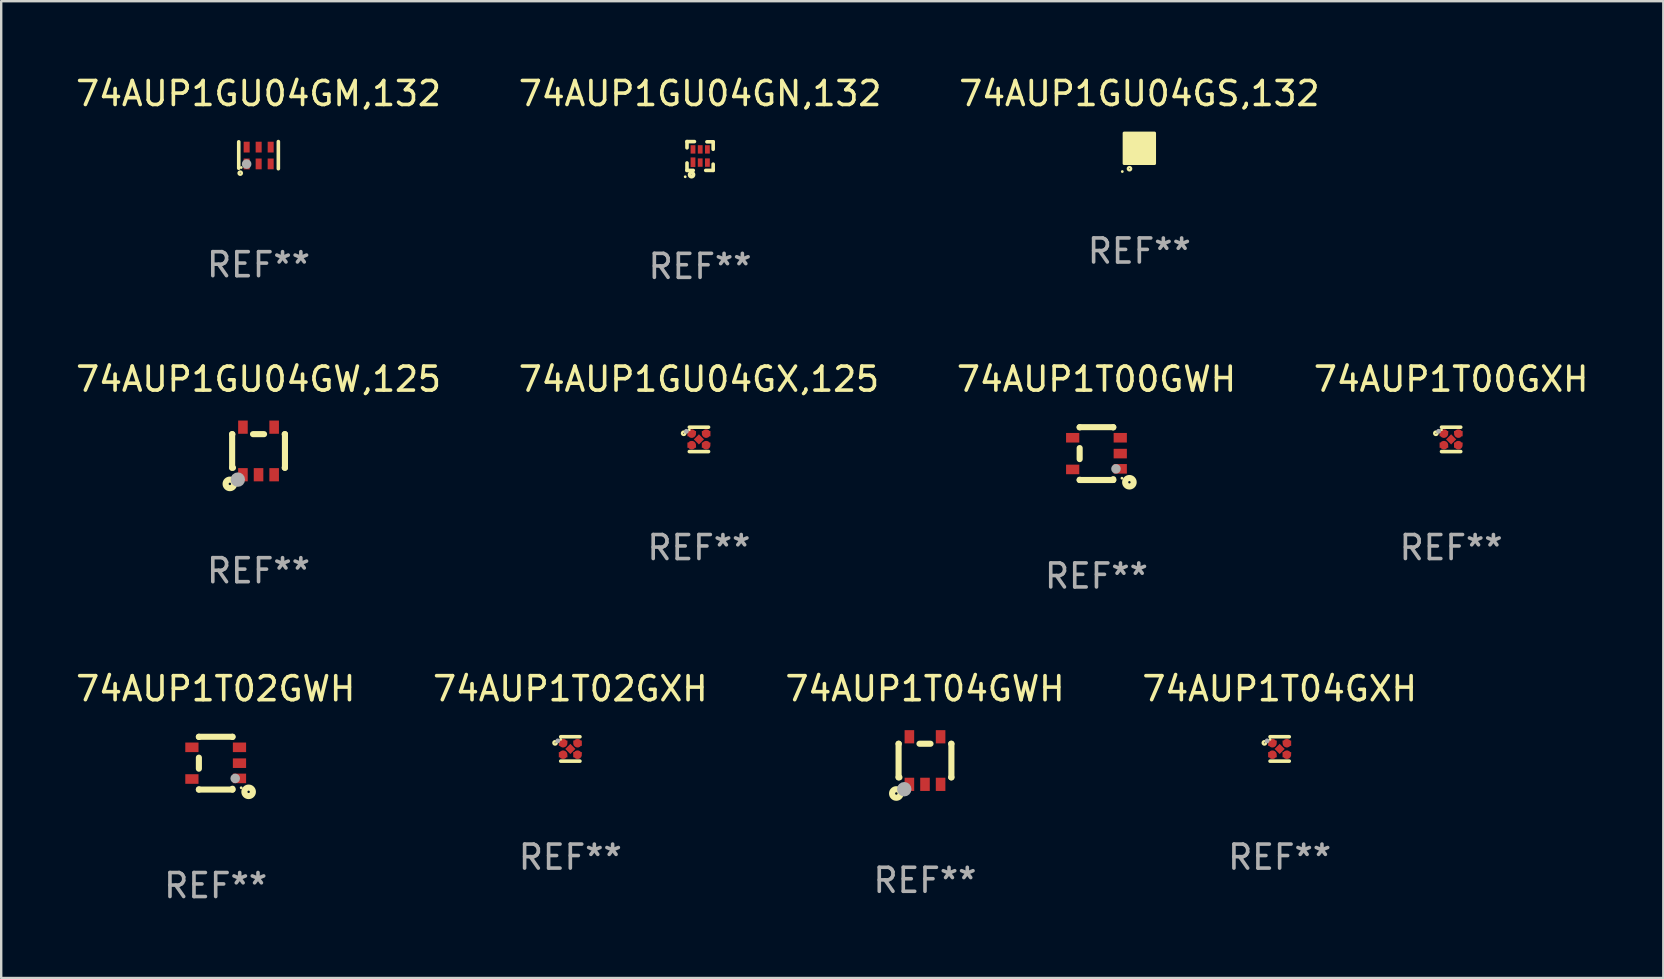
<source format=kicad_pcb>
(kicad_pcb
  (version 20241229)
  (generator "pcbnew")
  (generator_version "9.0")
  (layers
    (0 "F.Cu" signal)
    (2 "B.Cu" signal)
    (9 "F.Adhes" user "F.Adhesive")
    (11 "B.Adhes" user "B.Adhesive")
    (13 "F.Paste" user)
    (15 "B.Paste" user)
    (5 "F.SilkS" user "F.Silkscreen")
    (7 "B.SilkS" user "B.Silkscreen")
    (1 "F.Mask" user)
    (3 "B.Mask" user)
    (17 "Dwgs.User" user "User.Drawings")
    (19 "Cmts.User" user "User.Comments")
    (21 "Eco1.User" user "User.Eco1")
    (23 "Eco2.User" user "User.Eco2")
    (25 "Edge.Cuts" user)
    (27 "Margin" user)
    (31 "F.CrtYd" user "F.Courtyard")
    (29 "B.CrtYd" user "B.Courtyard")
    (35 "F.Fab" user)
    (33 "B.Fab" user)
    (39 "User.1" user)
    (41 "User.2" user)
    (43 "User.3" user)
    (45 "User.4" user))
  (footprint "74AUP1T04GXH"
    (layer "F.Cu")
    (at 50.256 28.149)
    (property "Reference" "74AUP1T04GXH" (at 0 -2.508 0) (layer "F.SilkS") (effects (font (size 1 1) (thickness 0.15))))
    (attr through_hole)
    (fp_line (start 0.4 -0.508) (end -0.4 -0.508) (stroke (width 0.15) (type solid)) (layer "F.SilkS"))
    (fp_line (start 0.4 0.508) (end -0.4 0.508) (stroke (width 0.15) (type solid)) (layer "F.SilkS"))
    (fp_circle (center -0.635 -0.254) (end -0.615 -0.254) (stroke (width 0.1) (type solid)) (fill no) (layer "F.SilkS"))
    (fp_circle (center -0.401 -0.4) (end -0.371 -0.4) (stroke (width 0.06) (type solid)) (fill no) (layer "F.SilkS"))
    (fp_circle (center -0.523 -0.337) (end -0.473 -0.337) (stroke (width 0.1) (type solid)) (fill no) (layer "F.Fab"))
    (fp_text user "REF**" (at 0 4.508 0) (layer "F.Fab") (effects (font (size 1 1) (thickness 0.15))))
    (pad "1" smd custom (at -0.3 -0.24) (size 0.36 0.22) (layers "F.Cu" "F.Mask" "F.Paste") (options (anchor circle)) (primitives (gr_poly (pts (xy -0.18 -0.11) (xy -0.18 0.11) (xy 0.000127 0.11) (xy 0.18 -0.03) (xy 0.18 -0.11) (xy -0.18 -0.11)) (width 0) (fill yes))))
    (pad "2" smd custom (at -0.3 0.24) (size 0.36 0.22) (layers "F.Cu" "F.Mask" "F.Paste") (options (anchor circle)) (primitives (gr_poly (pts (xy -0.18 0.11) (xy -0.18 -0.11) (xy 0.000127 -0.11) (xy 0.18 0.03) (xy 0.18 0.11) (xy -0.18 0.11)) (width 0) (fill yes))))
    (pad "3" smd rect (at 0.000102 -0.000127 45) (size 0.3 0.3) (layers "F.Cu" "F.Mask" "F.Paste"))
    (pad "4" smd custom (at 0.3 0.24 180) (size 0.36 0.22) (layers "F.Cu" "F.Mask" "F.Paste") (options (anchor circle)) (primitives (gr_poly (pts (xy 0.18 0.11) (xy 0.18 -0.11) (xy -0.000178 -0.11) (xy -0.18 0.03) (xy -0.18 0.11) (xy 0.18 0.11)) (width 0) (fill yes))))
    (pad "5" smd custom (at 0.3 -0.24) (size 0.36 0.22) (layers "F.Cu" "F.Mask" "F.Paste") (options (anchor circle)) (primitives (gr_poly (pts (xy 0.18 -0.11) (xy 0.18 0.11) (xy -0.000152 0.11) (xy -0.18 -0.03) (xy -0.18 -0.11) (xy 0.18 -0.11)) (width 0) (fill yes)))))
  (footprint "74AUP1GU04GX,125"
    (layer "F.Cu")
    (at 26.065 15.253)
    (property "Reference" "74AUP1GU04GX,125" (at 0 -2.508 0) (layer "F.SilkS") (effects (font (size 1 1) (thickness 0.15))))
    (attr through_hole)
    (fp_line (start 0.4 -0.508) (end -0.4 -0.508) (stroke (width 0.15) (type solid)) (layer "F.SilkS"))
    (fp_line (start 0.4 0.508) (end -0.4 0.508) (stroke (width 0.15) (type solid)) (layer "F.SilkS"))
    (fp_circle (center -0.635 -0.254) (end -0.615 -0.254) (stroke (width 0.1) (type solid)) (fill no) (layer "F.SilkS"))
    (fp_circle (center -0.401 -0.4) (end -0.371 -0.4) (stroke (width 0.06) (type solid)) (fill no) (layer "F.SilkS"))
    (fp_circle (center -0.523 -0.337) (end -0.473 -0.337) (stroke (width 0.1) (type solid)) (fill no) (layer "F.Fab"))
    (fp_text user "REF**" (at 0 4.508 0) (layer "F.Fab") (effects (font (size 1 1) (thickness 0.15))))
    (pad "1" smd custom (at -0.3 -0.24) (size 0.36 0.22) (layers "F.Cu" "F.Mask" "F.Paste") (options (anchor circle)) (primitives (gr_poly (pts (xy -0.18 -0.11) (xy -0.18 0.11) (xy 0.000127 0.11) (xy 0.18 -0.03) (xy 0.18 -0.11) (xy -0.18 -0.11)) (width 0) (fill yes))))
    (pad "2" smd custom (at -0.3 0.24) (size 0.36 0.22) (layers "F.Cu" "F.Mask" "F.Paste") (options (anchor circle)) (primitives (gr_poly (pts (xy -0.18 0.11) (xy -0.18 -0.11) (xy 0.000127 -0.11) (xy 0.18 0.03) (xy 0.18 0.11) (xy -0.18 0.11)) (width 0) (fill yes))))
    (pad "3" smd rect (at 0.000102 -0.000127 45) (size 0.3 0.3) (layers "F.Cu" "F.Mask" "F.Paste"))
    (pad "4" smd custom (at 0.3 0.24 180) (size 0.36 0.22) (layers "F.Cu" "F.Mask" "F.Paste") (options (anchor circle)) (primitives (gr_poly (pts (xy 0.18 0.11) (xy 0.18 -0.11) (xy -0.000178 -0.11) (xy -0.18 0.03) (xy -0.18 0.11) (xy 0.18 0.11)) (width 0) (fill yes))))
    (pad "5" smd custom (at 0.3 -0.24) (size 0.36 0.22) (layers "F.Cu" "F.Mask" "F.Paste") (options (anchor circle)) (primitives (gr_poly (pts (xy 0.18 -0.11) (xy 0.18 0.11) (xy -0.000152 0.11) (xy -0.18 -0.03) (xy -0.18 -0.11) (xy 0.18 -0.11)) (width 0) (fill yes)))))
  (footprint "74AUP1GU04GM,132"
    (layer "F.Cu")
    (at 7.72 3.413)
    (property "Reference" "74AUP1GU04GM,132" (at 0 -2.565 0) (layer "F.SilkS") (effects (font (size 1 1) (thickness 0.15))))
    (attr through_hole)
    (fp_line (start -0.825 -0.555) (end -0.825 0.545) (stroke (width 0.15) (type solid)) (layer "F.SilkS"))
    (fp_line (start 0.825 -0.565) (end 0.825 0.565) (stroke (width 0.15) (type solid)) (layer "F.SilkS"))
    (fp_circle (center -0.763 0.749) (end -0.695 0.749) (stroke (width 0.1) (type solid)) (fill no) (layer "F.SilkS"))
    (fp_circle (center -0.72 0.515) (end -0.69 0.515) (stroke (width 0.06) (type solid)) (fill no) (layer "F.SilkS"))
    (fp_circle (center -0.496 0.371) (end -0.396 0.371) (stroke (width 0.2) (type solid)) (fill no) (layer "F.Fab"))
    (fp_text user "REF**" (at 0 4.565 0) (layer "F.Fab") (effects (font (size 1 1) (thickness 0.15))))
    (pad "1" smd rect (at -0.495 0.365) (size 0.25 0.45) (layers "F.Cu" "F.Mask" "F.Paste"))
    (pad "2" smd rect (at 0.005 0.365) (size 0.25 0.45) (layers "F.Cu" "F.Mask" "F.Paste"))
    (pad "3" smd rect (at 0.505 0.365) (size 0.25 0.45) (layers "F.Cu" "F.Mask" "F.Paste"))
    (pad "4" smd rect (at 0.505 -0.335) (size 0.25 0.45) (layers "F.Cu" "F.Mask" "F.Paste"))
    (pad "5" smd rect (at 0.005 -0.335) (size 0.25 0.45) (layers "F.Cu" "F.Mask" "F.Paste"))
    (pad "6" smd rect (at -0.495 -0.335) (size 0.25 0.45) (layers "F.Cu" "F.Mask" "F.Paste")))
  (footprint "74AUP1T00GWH"
    (layer "F.Cu")
    (at 42.625 15.845)
    (property "Reference" "74AUP1T00GWH" (at 0 -3.1 0) (layer "F.SilkS") (effects (font (size 1 1) (thickness 0.15))))
    (attr through_hole)
    (fp_line (start -0.7 -1.1) (end 0.7 -1.1) (stroke (width 0.254) (type solid)) (layer "F.SilkS"))
    (fp_line (start -0.7 -1.09) (end -0.7 -1.1) (stroke (width 0.254) (type solid)) (layer "F.SilkS"))
    (fp_line (start -0.7 0.23) (end -0.7 -0.23) (stroke (width 0.254) (type solid)) (layer "F.SilkS"))
    (fp_line (start -0.7 1.1) (end -0.7 1.09) (stroke (width 0.254) (type solid)) (layer "F.SilkS"))
    (fp_line (start -0.7 1.1) (end 0.7 1.1) (stroke (width 0.254) (type solid)) (layer "F.SilkS"))
    (fp_line (start 0.7 -1.09) (end 0.7 -1.1) (stroke (width 0.254) (type solid)) (layer "F.SilkS"))
    (fp_line (start 0.7 1.1) (end 0.7 1.065) (stroke (width 0.254) (type solid)) (layer "F.SilkS"))
    (fp_circle (center 1.062 1.025) (end 1.092 1.025) (stroke (width 0.06) (type solid)) (fill no) (layer "F.SilkS"))
    (fp_circle (center 1.372 1.194) (end 1.422 1.194) (stroke (width 0.254) (type solid)) (fill no) (layer "F.SilkS"))
    (fp_circle (center 0.813 0.635) (end 0.913 0.635) (stroke (width 0.2) (type solid)) (fill no) (layer "F.Fab"))
    (fp_text user "REF**" (at 0 5.1 0) (layer "F.Fab") (effects (font (size 1 1) (thickness 0.15))))
    (pad "1" smd rect (at 0.991 0.635 270) (size 0.399 0.551) (layers "F.Cu" "F.Mask" "F.Paste"))
    (pad "2" smd rect (at 0.991 0.000051 270) (size 0.399 0.551) (layers "F.Cu" "F.Mask" "F.Paste"))
    (pad "3" smd rect (at 0.991 -0.66 270) (size 0.399 0.551) (layers "F.Cu" "F.Mask" "F.Paste"))
    (pad "4" smd rect (at -0.991 -0.66 270) (size 0.399 0.551) (layers "F.Cu" "F.Mask" "F.Paste"))
    (pad "5" smd rect (at -0.991 0.66 270) (size 0.399 0.551) (layers "F.Cu" "F.Mask" "F.Paste")))
  (footprint "74AUP1GU04GW,125"
    (layer "F.Cu")
    (at 7.72 15.735)
    (property "Reference" "74AUP1GU04GW,125" (at 0 -2.991 0) (layer "F.SilkS") (effects (font (size 1 1) (thickness 0.15))))
    (attr through_hole)
    (fp_line (start -1.1 -0.7) (end -1.1 0.7) (stroke (width 0.254) (type solid)) (layer "F.SilkS"))
    (fp_line (start -1.1 -0.7) (end -1.09 -0.7) (stroke (width 0.254) (type solid)) (layer "F.SilkS"))
    (fp_line (start -1.1 0.7) (end -1.065 0.7) (stroke (width 0.254) (type solid)) (layer "F.SilkS"))
    (fp_line (start -0.23 -0.7) (end 0.23 -0.7) (stroke (width 0.254) (type solid)) (layer "F.SilkS"))
    (fp_line (start 1.09 -0.7) (end 1.1 -0.7) (stroke (width 0.254) (type solid)) (layer "F.SilkS"))
    (fp_line (start 1.09 0.7) (end 1.1 0.7) (stroke (width 0.254) (type solid)) (layer "F.SilkS"))
    (fp_line (start 1.1 -0.7) (end 1.1 0.7) (stroke (width 0.254) (type solid)) (layer "F.SilkS"))
    (fp_circle (center -1.194 1.372) (end -1.143 1.372) (stroke (width 0.254) (type solid)) (fill no) (layer "F.SilkS"))
    (fp_circle (center -1.05 1.063) (end -1.02 1.063) (stroke (width 0.06) (type solid)) (fill no) (layer "F.SilkS"))
    (fp_circle (center -0.864 1.194) (end -0.713 1.194) (stroke (width 0.3) (type solid)) (fill no) (layer "F.Fab"))
    (fp_text user "REF**" (at 0 4.991 0) (layer "F.Fab") (effects (font (size 1 1) (thickness 0.15))))
    (pad "1" smd rect (at -0.65 0.991 180) (size 0.399 0.551) (layers "F.Cu" "F.Mask" "F.Paste"))
    (pad "2" smd rect (at 0 0.991 180) (size 0.399 0.551) (layers "F.Cu" "F.Mask" "F.Paste"))
    (pad "3" smd rect (at 0.65 0.991 180) (size 0.399 0.551) (layers "F.Cu" "F.Mask" "F.Paste"))
    (pad "4" smd rect (at 0.65 -0.991 180) (size 0.399 0.551) (layers "F.Cu" "F.Mask" "F.Paste"))
    (pad "5" smd rect (at -0.65 -0.991 180) (size 0.399 0.551) (layers "F.Cu" "F.Mask" "F.Paste")))
  (footprint "74AUP1T04GWH"
    (layer "F.Cu")
    (at 35.482 28.632)
    (property "Reference" "74AUP1T04GWH" (at 0 -2.991 0) (layer "F.SilkS") (effects (font (size 1 1) (thickness 0.15))))
    (attr through_hole)
    (fp_line (start -1.1 -0.7) (end -1.1 0.7) (stroke (width 0.254) (type solid)) (layer "F.SilkS"))
    (fp_line (start -1.1 -0.7) (end -1.09 -0.7) (stroke (width 0.254) (type solid)) (layer "F.SilkS"))
    (fp_line (start -1.1 0.7) (end -1.065 0.7) (stroke (width 0.254) (type solid)) (layer "F.SilkS"))
    (fp_line (start -0.23 -0.7) (end 0.23 -0.7) (stroke (width 0.254) (type solid)) (layer "F.SilkS"))
    (fp_line (start 1.09 -0.7) (end 1.1 -0.7) (stroke (width 0.254) (type solid)) (layer "F.SilkS"))
    (fp_line (start 1.09 0.7) (end 1.1 0.7) (stroke (width 0.254) (type solid)) (layer "F.SilkS"))
    (fp_line (start 1.1 -0.7) (end 1.1 0.7) (stroke (width 0.254) (type solid)) (layer "F.SilkS"))
    (fp_circle (center -1.194 1.372) (end -1.143 1.372) (stroke (width 0.254) (type solid)) (fill no) (layer "F.SilkS"))
    (fp_circle (center -1.05 1.063) (end -1.02 1.063) (stroke (width 0.06) (type solid)) (fill no) (layer "F.SilkS"))
    (fp_circle (center -0.864 1.194) (end -0.713 1.194) (stroke (width 0.3) (type solid)) (fill no) (layer "F.Fab"))
    (fp_text user "REF**" (at 0 4.991 0) (layer "F.Fab") (effects (font (size 1 1) (thickness 0.15))))
    (pad "1" smd rect (at -0.65 0.991 180) (size 0.399 0.551) (layers "F.Cu" "F.Mask" "F.Paste"))
    (pad "2" smd rect (at 0 0.991 180) (size 0.399 0.551) (layers "F.Cu" "F.Mask" "F.Paste"))
    (pad "3" smd rect (at 0.65 0.991 180) (size 0.399 0.551) (layers "F.Cu" "F.Mask" "F.Paste"))
    (pad "4" smd rect (at 0.65 -0.991 180) (size 0.399 0.551) (layers "F.Cu" "F.Mask" "F.Paste"))
    (pad "5" smd rect (at -0.65 -0.991 180) (size 0.399 0.551) (layers "F.Cu" "F.Mask" "F.Paste")))
  (footprint "74AUP1GU04GN,132"
    (layer "F.Cu")
    (at 26.113 3.448)
    (property "Reference" "74AUP1GU04GN,132" (at 0 -2.6 0) (layer "F.SilkS") (effects (font (size 1 1) (thickness 0.15))))
    (attr through_hole)
    (fp_line (start -0.545 -0.6) (end -0.235 -0.6) (stroke (width 0.15) (type solid)) (layer "F.SilkS"))
    (fp_line (start -0.545 -0.34) (end -0.545 -0.6) (stroke (width 0.15) (type solid)) (layer "F.SilkS"))
    (fp_line (start -0.545 0.6) (end -0.545 0.29) (stroke (width 0.15) (type solid)) (layer "F.SilkS"))
    (fp_line (start -0.285 0.6) (end -0.545 0.6) (stroke (width 0.15) (type solid)) (layer "F.SilkS"))
    (fp_line (start 0.285 -0.59) (end 0.545 -0.59) (stroke (width 0.15) (type solid)) (layer "F.SilkS"))
    (fp_line (start 0.545 -0.59) (end 0.545 -0.28) (stroke (width 0.15) (type solid)) (layer "F.SilkS"))
    (fp_line (start 0.545 0.34) (end 0.545 0.6) (stroke (width 0.15) (type solid)) (layer "F.SilkS"))
    (fp_line (start 0.545 0.6) (end 0.235 0.6) (stroke (width 0.15) (type solid)) (layer "F.SilkS"))
    (fp_circle (center -0.62 0.865) (end -0.59 0.865) (stroke (width 0.06) (type solid)) (fill no) (layer "F.SilkS"))
    (fp_circle (center -0.355 0.78) (end -0.345 0.78) (stroke (width 0.15) (type solid)) (fill no) (layer "F.SilkS"))
    (fp_text user "REF**" (at 0 4.6 0) (layer "F.Fab") (effects (font (size 1 1) (thickness 0.15))))
    (pad "1" smd rect (at -0.295 0.26) (size 0.2 0.4) (layers "F.Cu" "F.Mask" "F.Paste"))
    (pad "2" smd rect (at 0.005 0.275) (size 0.2 0.35) (layers "F.Cu" "F.Mask" "F.Paste"))
    (pad "3" smd rect (at 0.305 0.275) (size 0.2 0.35) (layers "F.Cu" "F.Mask" "F.Paste"))
    (pad "4" smd rect (at 0.305 -0.275) (size 0.2 0.35) (layers "F.Cu" "F.Mask" "F.Paste"))
    (pad "5" smd rect (at 0.005 -0.275) (size 0.2 0.35) (layers "F.Cu" "F.Mask" "F.Paste"))
    (pad "6" smd rect (at -0.295 -0.275) (size 0.2 0.35) (layers "F.Cu" "F.Mask" "F.Paste")))
  (footprint "74AUP1T02GWH"
    (layer "F.Cu")
    (at 5.935 28.741)
    (property "Reference" "74AUP1T02GWH" (at 0 -3.1 0) (layer "F.SilkS") (effects (font (size 1 1) (thickness 0.15))))
    (attr through_hole)
    (fp_line (start -0.7 -1.1) (end 0.7 -1.1) (stroke (width 0.254) (type solid)) (layer "F.SilkS"))
    (fp_line (start -0.7 -1.09) (end -0.7 -1.1) (stroke (width 0.254) (type solid)) (layer "F.SilkS"))
    (fp_line (start -0.7 0.23) (end -0.7 -0.23) (stroke (width 0.254) (type solid)) (layer "F.SilkS"))
    (fp_line (start -0.7 1.1) (end -0.7 1.09) (stroke (width 0.254) (type solid)) (layer "F.SilkS"))
    (fp_line (start -0.7 1.1) (end 0.7 1.1) (stroke (width 0.254) (type solid)) (layer "F.SilkS"))
    (fp_line (start 0.7 -1.09) (end 0.7 -1.1) (stroke (width 0.254) (type solid)) (layer "F.SilkS"))
    (fp_line (start 0.7 1.1) (end 0.7 1.065) (stroke (width 0.254) (type solid)) (layer "F.SilkS"))
    (fp_circle (center 1.062 1.025) (end 1.092 1.025) (stroke (width 0.06) (type solid)) (fill no) (layer "F.SilkS"))
    (fp_circle (center 1.372 1.194) (end 1.422 1.194) (stroke (width 0.254) (type solid)) (fill no) (layer "F.SilkS"))
    (fp_circle (center 0.813 0.635) (end 0.913 0.635) (stroke (width 0.2) (type solid)) (fill no) (layer "F.Fab"))
    (fp_text user "REF**" (at 0 5.1 0) (layer "F.Fab") (effects (font (size 1 1) (thickness 0.15))))
    (pad "1" smd rect (at 0.991 0.635 270) (size 0.399 0.551) (layers "F.Cu" "F.Mask" "F.Paste"))
    (pad "2" smd rect (at 0.991 0.000051 270) (size 0.399 0.551) (layers "F.Cu" "F.Mask" "F.Paste"))
    (pad "3" smd rect (at 0.991 -0.66 270) (size 0.399 0.551) (layers "F.Cu" "F.Mask" "F.Paste"))
    (pad "4" smd rect (at -0.991 -0.66 270) (size 0.399 0.551) (layers "F.Cu" "F.Mask" "F.Paste"))
    (pad "5" smd rect (at -0.991 0.66 270) (size 0.399 0.551) (layers "F.Cu" "F.Mask" "F.Paste")))
  (footprint "74AUP1T00GXH"
    (layer "F.Cu")
    (at 57.399 15.253)
    (property "Reference" "74AUP1T00GXH" (at 0 -2.508 0) (layer "F.SilkS") (effects (font (size 1 1) (thickness 0.15))))
    (attr through_hole)
    (fp_line (start 0.4 -0.508) (end -0.4 -0.508) (stroke (width 0.15) (type solid)) (layer "F.SilkS"))
    (fp_line (start 0.4 0.508) (end -0.4 0.508) (stroke (width 0.15) (type solid)) (layer "F.SilkS"))
    (fp_circle (center -0.635 -0.254) (end -0.615 -0.254) (stroke (width 0.1) (type solid)) (fill no) (layer "F.SilkS"))
    (fp_circle (center -0.401 -0.4) (end -0.371 -0.4) (stroke (width 0.06) (type solid)) (fill no) (layer "F.SilkS"))
    (fp_circle (center -0.523 -0.337) (end -0.473 -0.337) (stroke (width 0.1) (type solid)) (fill no) (layer "F.Fab"))
    (fp_text user "REF**" (at 0 4.508 0) (layer "F.Fab") (effects (font (size 1 1) (thickness 0.15))))
    (pad "1" smd custom (at -0.3 -0.24) (size 0.36 0.22) (layers "F.Cu" "F.Mask" "F.Paste") (options (anchor circle)) (primitives (gr_poly (pts (xy -0.18 -0.11) (xy -0.18 0.11) (xy 0.000127 0.11) (xy 0.18 -0.03) (xy 0.18 -0.11) (xy -0.18 -0.11)) (width 0) (fill yes))))
    (pad "2" smd custom (at -0.3 0.24) (size 0.36 0.22) (layers "F.Cu" "F.Mask" "F.Paste") (options (anchor circle)) (primitives (gr_poly (pts (xy -0.18 0.11) (xy -0.18 -0.11) (xy 0.000127 -0.11) (xy 0.18 0.03) (xy 0.18 0.11) (xy -0.18 0.11)) (width 0) (fill yes))))
    (pad "3" smd rect (at 0.000102 -0.000127 45) (size 0.3 0.3) (layers "F.Cu" "F.Mask" "F.Paste"))
    (pad "4" smd custom (at 0.3 0.24 180) (size 0.36 0.22) (layers "F.Cu" "F.Mask" "F.Paste") (options (anchor circle)) (primitives (gr_poly (pts (xy 0.18 0.11) (xy 0.18 -0.11) (xy -0.000178 -0.11) (xy -0.18 0.03) (xy -0.18 0.11) (xy 0.18 0.11)) (width 0) (fill yes))))
    (pad "5" smd custom (at 0.3 -0.24) (size 0.36 0.22) (layers "F.Cu" "F.Mask" "F.Paste") (options (anchor circle)) (primitives (gr_poly (pts (xy 0.18 -0.11) (xy 0.18 0.11) (xy -0.000152 0.11) (xy -0.18 -0.03) (xy -0.18 -0.11) (xy 0.18 -0.11)) (width 0) (fill yes)))))
  (footprint "74AUP1T02GXH"
    (layer "F.Cu")
    (at 20.708 28.149)
    (property "Reference" "74AUP1T02GXH" (at 0 -2.508 0) (layer "F.SilkS") (effects (font (size 1 1) (thickness 0.15))))
    (attr through_hole)
    (fp_line (start 0.4 -0.508) (end -0.4 -0.508) (stroke (width 0.15) (type solid)) (layer "F.SilkS"))
    (fp_line (start 0.4 0.508) (end -0.4 0.508) (stroke (width 0.15) (type solid)) (layer "F.SilkS"))
    (fp_circle (center -0.635 -0.254) (end -0.615 -0.254) (stroke (width 0.1) (type solid)) (fill no) (layer "F.SilkS"))
    (fp_circle (center -0.401 -0.4) (end -0.371 -0.4) (stroke (width 0.06) (type solid)) (fill no) (layer "F.SilkS"))
    (fp_circle (center -0.523 -0.337) (end -0.473 -0.337) (stroke (width 0.1) (type solid)) (fill no) (layer "F.Fab"))
    (fp_text user "REF**" (at 0 4.508 0) (layer "F.Fab") (effects (font (size 1 1) (thickness 0.15))))
    (pad "1" smd custom (at -0.3 -0.24) (size 0.36 0.22) (layers "F.Cu" "F.Mask" "F.Paste") (options (anchor circle)) (primitives (gr_poly (pts (xy -0.18 -0.11) (xy -0.18 0.11) (xy 0.000127 0.11) (xy 0.18 -0.03) (xy 0.18 -0.11) (xy -0.18 -0.11)) (width 0) (fill yes))))
    (pad "2" smd custom (at -0.3 0.24) (size 0.36 0.22) (layers "F.Cu" "F.Mask" "F.Paste") (options (anchor circle)) (primitives (gr_poly (pts (xy -0.18 0.11) (xy -0.18 -0.11) (xy 0.000127 -0.11) (xy 0.18 0.03) (xy 0.18 0.11) (xy -0.18 0.11)) (width 0) (fill yes))))
    (pad "3" smd rect (at 0.000102 -0.000127 45) (size 0.3 0.3) (layers "F.Cu" "F.Mask" "F.Paste"))
    (pad "4" smd custom (at 0.3 0.24 180) (size 0.36 0.22) (layers "F.Cu" "F.Mask" "F.Paste") (options (anchor circle)) (primitives (gr_poly (pts (xy 0.18 0.11) (xy 0.18 -0.11) (xy -0.000178 -0.11) (xy -0.18 0.03) (xy -0.18 0.11) (xy 0.18 0.11)) (width 0) (fill yes))))
    (pad "5" smd custom (at 0.3 -0.24) (size 0.36 0.22) (layers "F.Cu" "F.Mask" "F.Paste") (options (anchor circle)) (primitives (gr_poly (pts (xy 0.18 -0.11) (xy 0.18 0.11) (xy -0.000152 0.11) (xy -0.18 -0.03) (xy -0.18 -0.11) (xy 0.18 -0.11)) (width 0) (fill yes)))))
  (footprint "74AUP1GU04GS,132"
    (layer "F.Cu")
    (at 44.411 3.128)
    (property "Reference" "74AUP1GU04GS,132" (at 0 -2.28 0) (layer "F.SilkS") (effects (font (size 1 1) (thickness 0.15))))
    (attr through_hole)
    (fp_circle (center -0.71 0.968) (end -0.68 0.968) (stroke (width 0.06) (type solid)) (fill no) (layer "F.SilkS"))
    (fp_circle (center -0.41 0.85) (end -0.342 0.85) (stroke (width 0.1) (type solid)) (fill no) (layer "F.SilkS"))
    (fp_poly (pts (xy -0.635 -0.635) (xy 0.635 -0.635) (xy 0.635 0.635) (xy -0.635 0.635)) (stroke (width 0.12) (type solid)) (fill yes) (layer "F.SilkS"))
    (fp_text user "REF**" (at 0 4.28 0) (layer "F.Fab") (effects (font (size 1 1) (thickness 0.15))))
    (pad "1" smd rect (at -0.35 0.28 90) (size 0.35 0.2) (layers "F.Cu" "F.Mask" "F.Paste"))
    (pad "2" smd rect (at 0 0.28 90) (size 0.35 0.2) (layers "F.Cu" "F.Mask" "F.Paste"))
    (pad "3" smd rect (at 0.35 0.28 90) (size 0.35 0.2) (layers "F.Cu" "F.Mask" "F.Paste"))
    (pad "4" smd rect (at 0.35 -0.28 90) (size 0.35 0.2) (layers "F.Cu" "F.Mask" "F.Paste"))
    (pad "5" smd rect (at 0 -0.28 90) (size 0.35 0.2) (layers "F.Cu" "F.Mask" "F.Paste"))
    (pad "6" smd rect (at -0.35 -0.28 90) (size 0.35 0.2) (layers "F.Cu" "F.Mask" "F.Paste")))
  (gr_rect
    (start -3 -3)
    (end 66.238 37.69)
    (stroke (width 0.1) (type default))
    (fill no)
    (layer "Edge.Cuts")))
</source>
